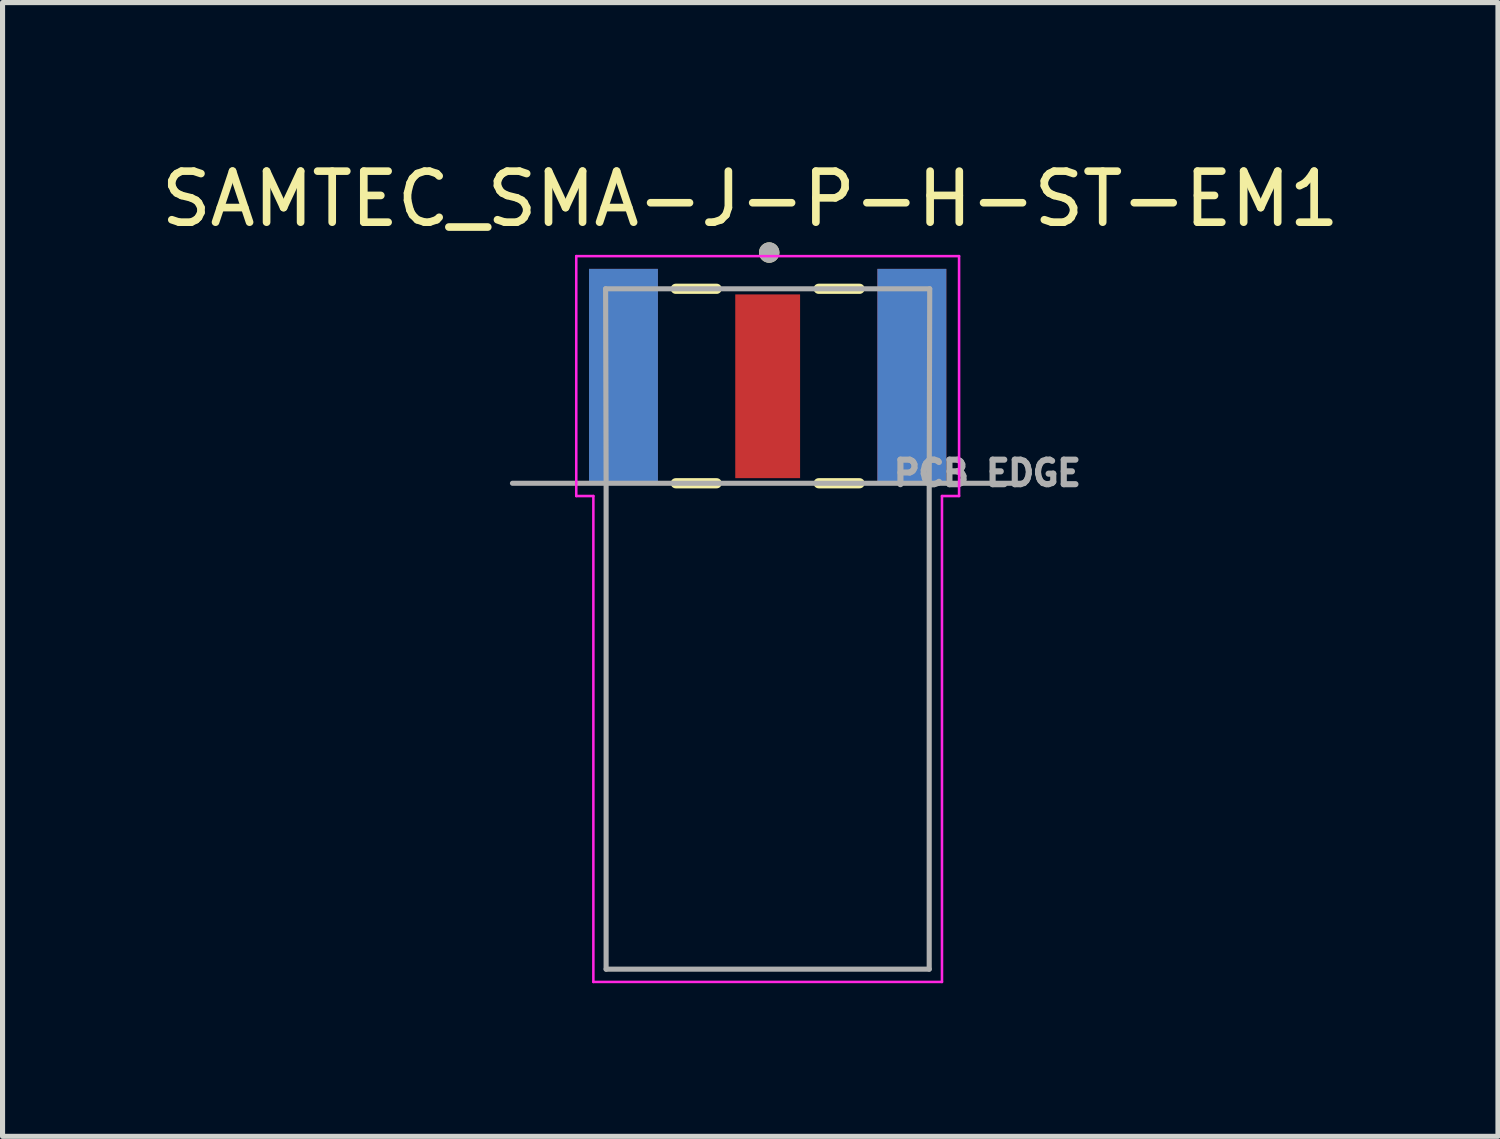
<source format=kicad_pcb>
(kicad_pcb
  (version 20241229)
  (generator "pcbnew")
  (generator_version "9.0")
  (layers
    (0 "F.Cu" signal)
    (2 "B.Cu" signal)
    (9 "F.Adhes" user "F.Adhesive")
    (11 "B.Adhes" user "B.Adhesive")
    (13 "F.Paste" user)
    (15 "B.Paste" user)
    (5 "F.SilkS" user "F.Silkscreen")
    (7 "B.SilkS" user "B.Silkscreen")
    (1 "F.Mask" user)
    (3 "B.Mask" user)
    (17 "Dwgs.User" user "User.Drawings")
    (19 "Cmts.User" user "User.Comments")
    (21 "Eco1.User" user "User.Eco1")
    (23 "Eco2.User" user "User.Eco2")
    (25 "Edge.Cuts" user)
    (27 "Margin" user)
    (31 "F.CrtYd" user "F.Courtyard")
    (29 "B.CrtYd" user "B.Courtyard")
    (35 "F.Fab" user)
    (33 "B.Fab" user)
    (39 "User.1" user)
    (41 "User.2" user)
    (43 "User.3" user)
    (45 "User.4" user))
  (footprint "SAMTEC_SMA-J-P-H-ST-EM1"
    (layer "F.Cu")
    (at 11.99 4.518)
    (property "Reference" "SAMTEC_SMA-J-P-H-ST-EM1" (at -0.341 -3.67 0) (layer "F.SilkS") (effects (font (size 1 1) (thickness 0.15))))
    (attr through_hole)
    (fp_line (start -1.8 -1.91) (end -1 -1.91) (stroke (width 0.2) (type solid)) (layer "F.SilkS"))
    (fp_line (start -1.8 1.9) (end -1 1.9) (stroke (width 0.2) (type solid)) (layer "F.SilkS"))
    (fp_line (start 1 -1.91) (end 1.8 -1.91) (stroke (width 0.2) (type solid)) (layer "F.SilkS"))
    (fp_line (start 1 1.9) (end 1.8 1.9) (stroke (width 0.2) (type solid)) (layer "F.SilkS"))
    (fp_circle (center 0.03 -2.62) (end 0.13 -2.62) (stroke (width 0.2) (type solid)) (fill no) (layer "F.SilkS"))
    (fp_line (start -3.75 -2.55) (end 3.75 -2.55) (stroke (width 0.05) (type solid)) (layer "F.CrtYd"))
    (fp_line (start -3.75 2.15) (end -3.75 -2.55) (stroke (width 0.05) (type solid)) (layer "F.CrtYd"))
    (fp_line (start -3.415 2.15) (end -3.75 2.15) (stroke (width 0.05) (type solid)) (layer "F.CrtYd"))
    (fp_line (start -3.415 11.67) (end -3.415 2.15) (stroke (width 0.05) (type solid)) (layer "F.CrtYd"))
    (fp_line (start 3.415 2.15) (end 3.415 11.67) (stroke (width 0.05) (type solid)) (layer "F.CrtYd"))
    (fp_line (start 3.415 11.67) (end -3.415 11.67) (stroke (width 0.05) (type solid)) (layer "F.CrtYd"))
    (fp_line (start 3.75 -2.55) (end 3.75 2.15) (stroke (width 0.05) (type solid)) (layer "F.CrtYd"))
    (fp_line (start 3.75 2.15) (end 3.415 2.15) (stroke (width 0.05) (type solid)) (layer "F.CrtYd"))
    (fp_line (start -5 1.9) (end -3.165 1.9) (stroke (width 0.1) (type solid)) (layer "F.Fab"))
    (fp_line (start -3.175 -1.91) (end 3.175 -1.91) (stroke (width 0.1) (type solid)) (layer "F.Fab"))
    (fp_line (start -3.165 1.9) (end -3.175 -1.91) (stroke (width 0.1) (type solid)) (layer "F.Fab"))
    (fp_line (start -3.165 1.9) (end 3.165 1.9) (stroke (width 0.1) (type solid)) (layer "F.Fab"))
    (fp_line (start -3.165 11.42) (end -3.165 1.9) (stroke (width 0.1) (type solid)) (layer "F.Fab"))
    (fp_line (start 3.165 1.9) (end 3.165 11.42) (stroke (width 0.1) (type solid)) (layer "F.Fab"))
    (fp_line (start 3.165 1.9) (end 5 1.9) (stroke (width 0.1) (type solid)) (layer "F.Fab"))
    (fp_line (start 3.165 11.42) (end -3.165 11.42) (stroke (width 0.1) (type solid)) (layer "F.Fab"))
    (fp_line (start 3.175 -1.91) (end 3.165 1.9) (stroke (width 0.1) (type solid)) (layer "F.Fab"))
    (fp_circle (center 0.03 -2.62) (end 0.13 -2.62) (stroke (width 0.2) (type solid)) (fill no) (layer "F.Fab"))
    (fp_text user "PCB EDGE" (at 4.304 1.702 0) (layer "F.Fab") (effects (font (size 0.48 0.48) (thickness 0.15))))
    (pad "1" smd rect (at 0 0) (size 1.27 3.6) (layers "F.Cu" "F.Mask" "F.Paste"))
    (pad "2_1" smd rect (at -2.825 -0.2) (size 1.35 4.2) (layers "F.Cu" "F.Mask" "F.Paste"))
    (pad "2_2" smd rect (at -2.825 -0.2) (size 1.35 4.2) (layers "B.Cu" "B.Mask" "B.Paste"))
    (pad "3_1" smd rect (at 2.825 -0.2) (size 1.35 4.2) (layers "F.Cu" "F.Mask" "F.Paste"))
    (pad "3_2" smd rect (at 2.825 -0.2) (size 1.35 4.2) (layers "B.Cu" "B.Mask" "B.Paste")))
  (gr_rect
    (start -3 -3)
    (end 26.298 19.213)
    (stroke (width 0.1) (type default))
    (fill no)
    (layer "Edge.Cuts")))
</source>
